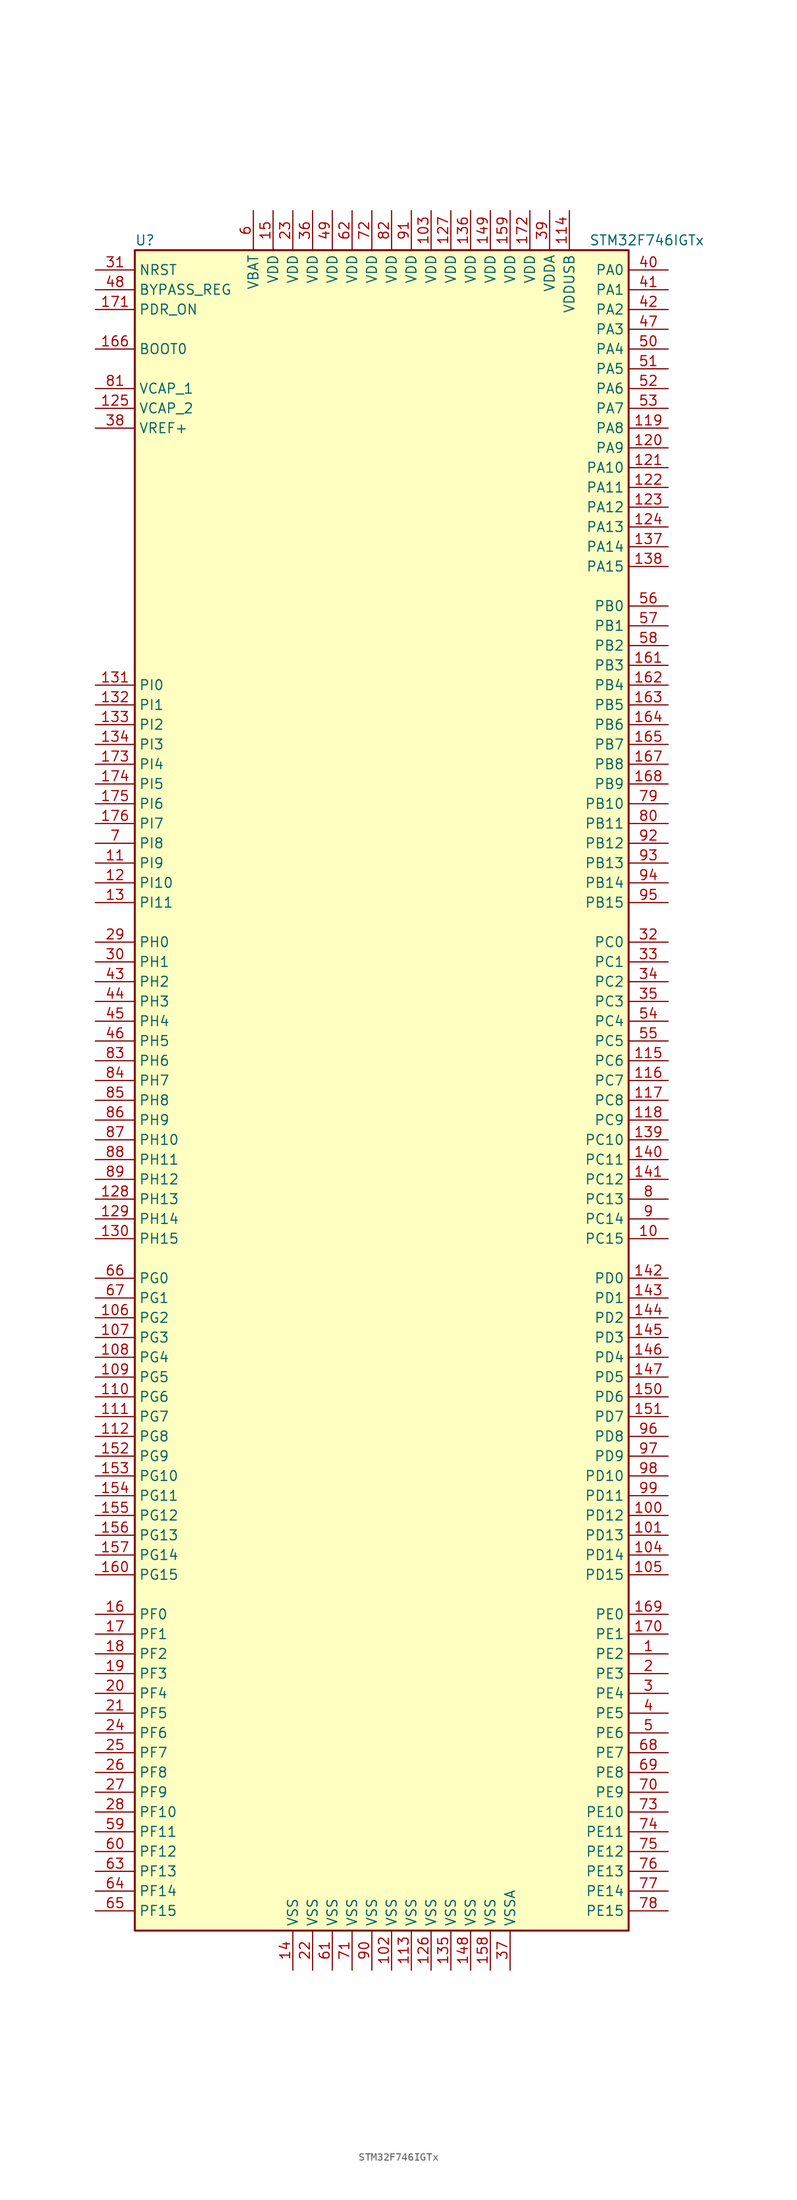
<source format=kicad_sym>
(kicad_symbol_lib
  (version 20201005)
  (generator kicad_symbol_editor)
  (symbol "STM32F746IGTx"
    (property "Reference" "U"
      (at -33.02 107.95 0)
      (effects (font (size 1.27 1.27)) (justify left)))
    (property "Value" "STM32F746IGTx"
      (at 25.4 107.95 0)
      (effects (font (size 1.27 1.27)) (justify left)))
    (symbol "STM32F746IGTx_0_1"
      (rectangle (start -33.02 -109.22) (end 30.48 106.68) (stroke (width 0.254)) (fill (type background))))
    (symbol "STM32F746IGTx_1_1"
      (pin input line (at -38.1 93.98 0) (length 5.08) (name "BOOT0" (effects (font (size 1.27 1.27)))) (number "166" (effects (font (size 1.27 1.27)))))
      (pin input line (at -38.1 101.6 0) (length 5.08) (name "BYPASS_REG" (effects (font (size 1.27 1.27)))) (number "48" (effects (font (size 1.27 1.27)))))
      (pin input line (at -38.1 104.14 0) (length 5.08) (name "NRST" (effects (font (size 1.27 1.27)))) (number "31" (effects (font (size 1.27 1.27)))))
      (pin bidirectional line (at 35.56 104.14 180) (length 5.08) (name "PA0" (effects (font (size 1.27 1.27)))) (number "40" (effects (font (size 1.27 1.27)))))
      (pin bidirectional line (at 35.56 101.6 180) (length 5.08) (name "PA1" (effects (font (size 1.27 1.27)))) (number "41" (effects (font (size 1.27 1.27)))))
      (pin bidirectional line (at 35.56 78.74 180) (length 5.08) (name "PA10" (effects (font (size 1.27 1.27)))) (number "121" (effects (font (size 1.27 1.27)))))
      (pin bidirectional line (at 35.56 76.2 180) (length 5.08) (name "PA11" (effects (font (size 1.27 1.27)))) (number "122" (effects (font (size 1.27 1.27)))))
      (pin bidirectional line (at 35.56 73.66 180) (length 5.08) (name "PA12" (effects (font (size 1.27 1.27)))) (number "123" (effects (font (size 1.27 1.27)))))
      (pin bidirectional line (at 35.56 71.12 180) (length 5.08) (name "PA13" (effects (font (size 1.27 1.27)))) (number "124" (effects (font (size 1.27 1.27)))))
      (pin bidirectional line (at 35.56 68.58 180) (length 5.08) (name "PA14" (effects (font (size 1.27 1.27)))) (number "137" (effects (font (size 1.27 1.27)))))
      (pin bidirectional line (at 35.56 66.04 180) (length 5.08) (name "PA15" (effects (font (size 1.27 1.27)))) (number "138" (effects (font (size 1.27 1.27)))))
      (pin bidirectional line (at 35.56 99.06 180) (length 5.08) (name "PA2" (effects (font (size 1.27 1.27)))) (number "42" (effects (font (size 1.27 1.27)))))
      (pin bidirectional line (at 35.56 96.52 180) (length 5.08) (name "PA3" (effects (font (size 1.27 1.27)))) (number "47" (effects (font (size 1.27 1.27)))))
      (pin bidirectional line (at 35.56 93.98 180) (length 5.08) (name "PA4" (effects (font (size 1.27 1.27)))) (number "50" (effects (font (size 1.27 1.27)))))
      (pin bidirectional line (at 35.56 91.44 180) (length 5.08) (name "PA5" (effects (font (size 1.27 1.27)))) (number "51" (effects (font (size 1.27 1.27)))))
      (pin bidirectional line (at 35.56 88.9 180) (length 5.08) (name "PA6" (effects (font (size 1.27 1.27)))) (number "52" (effects (font (size 1.27 1.27)))))
      (pin bidirectional line (at 35.56 86.36 180) (length 5.08) (name "PA7" (effects (font (size 1.27 1.27)))) (number "53" (effects (font (size 1.27 1.27)))))
      (pin bidirectional line (at 35.56 83.82 180) (length 5.08) (name "PA8" (effects (font (size 1.27 1.27)))) (number "119" (effects (font (size 1.27 1.27)))))
      (pin bidirectional line (at 35.56 81.28 180) (length 5.08) (name "PA9" (effects (font (size 1.27 1.27)))) (number "120" (effects (font (size 1.27 1.27)))))
      (pin bidirectional line (at 35.56 60.96 180) (length 5.08) (name "PB0" (effects (font (size 1.27 1.27)))) (number "56" (effects (font (size 1.27 1.27)))))
      (pin bidirectional line (at 35.56 58.42 180) (length 5.08) (name "PB1" (effects (font (size 1.27 1.27)))) (number "57" (effects (font (size 1.27 1.27)))))
      (pin bidirectional line (at 35.56 35.56 180) (length 5.08) (name "PB10" (effects (font (size 1.27 1.27)))) (number "79" (effects (font (size 1.27 1.27)))))
      (pin bidirectional line (at 35.56 33.02 180) (length 5.08) (name "PB11" (effects (font (size 1.27 1.27)))) (number "80" (effects (font (size 1.27 1.27)))))
      (pin bidirectional line (at 35.56 30.48 180) (length 5.08) (name "PB12" (effects (font (size 1.27 1.27)))) (number "92" (effects (font (size 1.27 1.27)))))
      (pin bidirectional line (at 35.56 27.94 180) (length 5.08) (name "PB13" (effects (font (size 1.27 1.27)))) (number "93" (effects (font (size 1.27 1.27)))))
      (pin bidirectional line (at 35.56 25.4 180) (length 5.08) (name "PB14" (effects (font (size 1.27 1.27)))) (number "94" (effects (font (size 1.27 1.27)))))
      (pin bidirectional line (at 35.56 22.86 180) (length 5.08) (name "PB15" (effects (font (size 1.27 1.27)))) (number "95" (effects (font (size 1.27 1.27)))))
      (pin bidirectional line (at 35.56 55.88 180) (length 5.08) (name "PB2" (effects (font (size 1.27 1.27)))) (number "58" (effects (font (size 1.27 1.27)))))
      (pin bidirectional line (at 35.56 53.34 180) (length 5.08) (name "PB3" (effects (font (size 1.27 1.27)))) (number "161" (effects (font (size 1.27 1.27)))))
      (pin bidirectional line (at 35.56 50.8 180) (length 5.08) (name "PB4" (effects (font (size 1.27 1.27)))) (number "162" (effects (font (size 1.27 1.27)))))
      (pin bidirectional line (at 35.56 48.26 180) (length 5.08) (name "PB5" (effects (font (size 1.27 1.27)))) (number "163" (effects (font (size 1.27 1.27)))))
      (pin bidirectional line (at 35.56 45.72 180) (length 5.08) (name "PB6" (effects (font (size 1.27 1.27)))) (number "164" (effects (font (size 1.27 1.27)))))
      (pin bidirectional line (at 35.56 43.18 180) (length 5.08) (name "PB7" (effects (font (size 1.27 1.27)))) (number "165" (effects (font (size 1.27 1.27)))))
      (pin bidirectional line (at 35.56 40.64 180) (length 5.08) (name "PB8" (effects (font (size 1.27 1.27)))) (number "167" (effects (font (size 1.27 1.27)))))
      (pin bidirectional line (at 35.56 38.1 180) (length 5.08) (name "PB9" (effects (font (size 1.27 1.27)))) (number "168" (effects (font (size 1.27 1.27)))))
      (pin bidirectional line (at 35.56 17.78 180) (length 5.08) (name "PC0" (effects (font (size 1.27 1.27)))) (number "32" (effects (font (size 1.27 1.27)))))
      (pin bidirectional line (at 35.56 15.24 180) (length 5.08) (name "PC1" (effects (font (size 1.27 1.27)))) (number "33" (effects (font (size 1.27 1.27)))))
      (pin bidirectional line (at 35.56 -7.62 180) (length 5.08) (name "PC10" (effects (font (size 1.27 1.27)))) (number "139" (effects (font (size 1.27 1.27)))))
      (pin bidirectional line (at 35.56 -10.16 180) (length 5.08) (name "PC11" (effects (font (size 1.27 1.27)))) (number "140" (effects (font (size 1.27 1.27)))))
      (pin bidirectional line (at 35.56 -12.7 180) (length 5.08) (name "PC12" (effects (font (size 1.27 1.27)))) (number "141" (effects (font (size 1.27 1.27)))))
      (pin bidirectional line (at 35.56 -15.24 180) (length 5.08) (name "PC13" (effects (font (size 1.27 1.27)))) (number "8" (effects (font (size 1.27 1.27)))))
      (pin bidirectional line (at 35.56 -17.78 180) (length 5.08) (name "PC14" (effects (font (size 1.27 1.27)))) (number "9" (effects (font (size 1.27 1.27)))))
      (pin bidirectional line (at 35.56 -20.32 180) (length 5.08) (name "PC15" (effects (font (size 1.27 1.27)))) (number "10" (effects (font (size 1.27 1.27)))))
      (pin bidirectional line (at 35.56 12.7 180) (length 5.08) (name "PC2" (effects (font (size 1.27 1.27)))) (number "34" (effects (font (size 1.27 1.27)))))
      (pin bidirectional line (at 35.56 10.16 180) (length 5.08) (name "PC3" (effects (font (size 1.27 1.27)))) (number "35" (effects (font (size 1.27 1.27)))))
      (pin bidirectional line (at 35.56 7.62 180) (length 5.08) (name "PC4" (effects (font (size 1.27 1.27)))) (number "54" (effects (font (size 1.27 1.27)))))
      (pin bidirectional line (at 35.56 5.08 180) (length 5.08) (name "PC5" (effects (font (size 1.27 1.27)))) (number "55" (effects (font (size 1.27 1.27)))))
      (pin bidirectional line (at 35.56 2.54 180) (length 5.08) (name "PC6" (effects (font (size 1.27 1.27)))) (number "115" (effects (font (size 1.27 1.27)))))
      (pin bidirectional line (at 35.56 0 180) (length 5.08) (name "PC7" (effects (font (size 1.27 1.27)))) (number "116" (effects (font (size 1.27 1.27)))))
      (pin bidirectional line (at 35.56 -2.54 180) (length 5.08) (name "PC8" (effects (font (size 1.27 1.27)))) (number "117" (effects (font (size 1.27 1.27)))))
      (pin bidirectional line (at 35.56 -5.08 180) (length 5.08) (name "PC9" (effects (font (size 1.27 1.27)))) (number "118" (effects (font (size 1.27 1.27)))))
      (pin bidirectional line (at 35.56 -25.4 180) (length 5.08) (name "PD0" (effects (font (size 1.27 1.27)))) (number "142" (effects (font (size 1.27 1.27)))))
      (pin bidirectional line (at 35.56 -27.94 180) (length 5.08) (name "PD1" (effects (font (size 1.27 1.27)))) (number "143" (effects (font (size 1.27 1.27)))))
      (pin bidirectional line (at 35.56 -50.8 180) (length 5.08) (name "PD10" (effects (font (size 1.27 1.27)))) (number "98" (effects (font (size 1.27 1.27)))))
      (pin bidirectional line (at 35.56 -53.34 180) (length 5.08) (name "PD11" (effects (font (size 1.27 1.27)))) (number "99" (effects (font (size 1.27 1.27)))))
      (pin bidirectional line (at 35.56 -55.88 180) (length 5.08) (name "PD12" (effects (font (size 1.27 1.27)))) (number "100" (effects (font (size 1.27 1.27)))))
      (pin bidirectional line (at 35.56 -58.42 180) (length 5.08) (name "PD13" (effects (font (size 1.27 1.27)))) (number "101" (effects (font (size 1.27 1.27)))))
      (pin bidirectional line (at 35.56 -60.96 180) (length 5.08) (name "PD14" (effects (font (size 1.27 1.27)))) (number "104" (effects (font (size 1.27 1.27)))))
      (pin bidirectional line (at 35.56 -63.5 180) (length 5.08) (name "PD15" (effects (font (size 1.27 1.27)))) (number "105" (effects (font (size 1.27 1.27)))))
      (pin bidirectional line (at 35.56 -30.48 180) (length 5.08) (name "PD2" (effects (font (size 1.27 1.27)))) (number "144" (effects (font (size 1.27 1.27)))))
      (pin bidirectional line (at 35.56 -33.02 180) (length 5.08) (name "PD3" (effects (font (size 1.27 1.27)))) (number "145" (effects (font (size 1.27 1.27)))))
      (pin bidirectional line (at 35.56 -35.56 180) (length 5.08) (name "PD4" (effects (font (size 1.27 1.27)))) (number "146" (effects (font (size 1.27 1.27)))))
      (pin bidirectional line (at 35.56 -38.1 180) (length 5.08) (name "PD5" (effects (font (size 1.27 1.27)))) (number "147" (effects (font (size 1.27 1.27)))))
      (pin bidirectional line (at 35.56 -40.64 180) (length 5.08) (name "PD6" (effects (font (size 1.27 1.27)))) (number "150" (effects (font (size 1.27 1.27)))))
      (pin bidirectional line (at 35.56 -43.18 180) (length 5.08) (name "PD7" (effects (font (size 1.27 1.27)))) (number "151" (effects (font (size 1.27 1.27)))))
      (pin bidirectional line (at 35.56 -45.72 180) (length 5.08) (name "PD8" (effects (font (size 1.27 1.27)))) (number "96" (effects (font (size 1.27 1.27)))))
      (pin bidirectional line (at 35.56 -48.26 180) (length 5.08) (name "PD9" (effects (font (size 1.27 1.27)))) (number "97" (effects (font (size 1.27 1.27)))))
      (pin input line (at -38.1 99.06 0) (length 5.08) (name "PDR_ON" (effects (font (size 1.27 1.27)))) (number "171" (effects (font (size 1.27 1.27)))))
      (pin bidirectional line (at 35.56 -68.58 180) (length 5.08) (name "PE0" (effects (font (size 1.27 1.27)))) (number "169" (effects (font (size 1.27 1.27)))))
      (pin bidirectional line (at 35.56 -71.12 180) (length 5.08) (name "PE1" (effects (font (size 1.27 1.27)))) (number "170" (effects (font (size 1.27 1.27)))))
      (pin bidirectional line (at 35.56 -93.98 180) (length 5.08) (name "PE10" (effects (font (size 1.27 1.27)))) (number "73" (effects (font (size 1.27 1.27)))))
      (pin bidirectional line (at 35.56 -96.52 180) (length 5.08) (name "PE11" (effects (font (size 1.27 1.27)))) (number "74" (effects (font (size 1.27 1.27)))))
      (pin bidirectional line (at 35.56 -99.06 180) (length 5.08) (name "PE12" (effects (font (size 1.27 1.27)))) (number "75" (effects (font (size 1.27 1.27)))))
      (pin bidirectional line (at 35.56 -101.6 180) (length 5.08) (name "PE13" (effects (font (size 1.27 1.27)))) (number "76" (effects (font (size 1.27 1.27)))))
      (pin bidirectional line (at 35.56 -104.14 180) (length 5.08) (name "PE14" (effects (font (size 1.27 1.27)))) (number "77" (effects (font (size 1.27 1.27)))))
      (pin bidirectional line (at 35.56 -106.68 180) (length 5.08) (name "PE15" (effects (font (size 1.27 1.27)))) (number "78" (effects (font (size 1.27 1.27)))))
      (pin bidirectional line (at 35.56 -73.66 180) (length 5.08) (name "PE2" (effects (font (size 1.27 1.27)))) (number "1" (effects (font (size 1.27 1.27)))))
      (pin bidirectional line (at 35.56 -76.2 180) (length 5.08) (name "PE3" (effects (font (size 1.27 1.27)))) (number "2" (effects (font (size 1.27 1.27)))))
      (pin bidirectional line (at 35.56 -78.74 180) (length 5.08) (name "PE4" (effects (font (size 1.27 1.27)))) (number "3" (effects (font (size 1.27 1.27)))))
      (pin bidirectional line (at 35.56 -81.28 180) (length 5.08) (name "PE5" (effects (font (size 1.27 1.27)))) (number "4" (effects (font (size 1.27 1.27)))))
      (pin bidirectional line (at 35.56 -83.82 180) (length 5.08) (name "PE6" (effects (font (size 1.27 1.27)))) (number "5" (effects (font (size 1.27 1.27)))))
      (pin bidirectional line (at 35.56 -86.36 180) (length 5.08) (name "PE7" (effects (font (size 1.27 1.27)))) (number "68" (effects (font (size 1.27 1.27)))))
      (pin bidirectional line (at 35.56 -88.9 180) (length 5.08) (name "PE8" (effects (font (size 1.27 1.27)))) (number "69" (effects (font (size 1.27 1.27)))))
      (pin bidirectional line (at 35.56 -91.44 180) (length 5.08) (name "PE9" (effects (font (size 1.27 1.27)))) (number "70" (effects (font (size 1.27 1.27)))))
      (pin bidirectional line (at -38.1 -68.58 0) (length 5.08) (name "PF0" (effects (font (size 1.27 1.27)))) (number "16" (effects (font (size 1.27 1.27)))))
      (pin bidirectional line (at -38.1 -71.12 0) (length 5.08) (name "PF1" (effects (font (size 1.27 1.27)))) (number "17" (effects (font (size 1.27 1.27)))))
      (pin bidirectional line (at -38.1 -93.98 0) (length 5.08) (name "PF10" (effects (font (size 1.27 1.27)))) (number "28" (effects (font (size 1.27 1.27)))))
      (pin bidirectional line (at -38.1 -96.52 0) (length 5.08) (name "PF11" (effects (font (size 1.27 1.27)))) (number "59" (effects (font (size 1.27 1.27)))))
      (pin bidirectional line (at -38.1 -99.06 0) (length 5.08) (name "PF12" (effects (font (size 1.27 1.27)))) (number "60" (effects (font (size 1.27 1.27)))))
      (pin bidirectional line (at -38.1 -101.6 0) (length 5.08) (name "PF13" (effects (font (size 1.27 1.27)))) (number "63" (effects (font (size 1.27 1.27)))))
      (pin bidirectional line (at -38.1 -104.14 0) (length 5.08) (name "PF14" (effects (font (size 1.27 1.27)))) (number "64" (effects (font (size 1.27 1.27)))))
      (pin bidirectional line (at -38.1 -106.68 0) (length 5.08) (name "PF15" (effects (font (size 1.27 1.27)))) (number "65" (effects (font (size 1.27 1.27)))))
      (pin bidirectional line (at -38.1 -73.66 0) (length 5.08) (name "PF2" (effects (font (size 1.27 1.27)))) (number "18" (effects (font (size 1.27 1.27)))))
      (pin bidirectional line (at -38.1 -76.2 0) (length 5.08) (name "PF3" (effects (font (size 1.27 1.27)))) (number "19" (effects (font (size 1.27 1.27)))))
      (pin bidirectional line (at -38.1 -78.74 0) (length 5.08) (name "PF4" (effects (font (size 1.27 1.27)))) (number "20" (effects (font (size 1.27 1.27)))))
      (pin bidirectional line (at -38.1 -81.28 0) (length 5.08) (name "PF5" (effects (font (size 1.27 1.27)))) (number "21" (effects (font (size 1.27 1.27)))))
      (pin bidirectional line (at -38.1 -83.82 0) (length 5.08) (name "PF6" (effects (font (size 1.27 1.27)))) (number "24" (effects (font (size 1.27 1.27)))))
      (pin bidirectional line (at -38.1 -86.36 0) (length 5.08) (name "PF7" (effects (font (size 1.27 1.27)))) (number "25" (effects (font (size 1.27 1.27)))))
      (pin bidirectional line (at -38.1 -88.9 0) (length 5.08) (name "PF8" (effects (font (size 1.27 1.27)))) (number "26" (effects (font (size 1.27 1.27)))))
      (pin bidirectional line (at -38.1 -91.44 0) (length 5.08) (name "PF9" (effects (font (size 1.27 1.27)))) (number "27" (effects (font (size 1.27 1.27)))))
      (pin bidirectional line (at -38.1 -25.4 0) (length 5.08) (name "PG0" (effects (font (size 1.27 1.27)))) (number "66" (effects (font (size 1.27 1.27)))))
      (pin bidirectional line (at -38.1 -27.94 0) (length 5.08) (name "PG1" (effects (font (size 1.27 1.27)))) (number "67" (effects (font (size 1.27 1.27)))))
      (pin bidirectional line (at -38.1 -50.8 0) (length 5.08) (name "PG10" (effects (font (size 1.27 1.27)))) (number "153" (effects (font (size 1.27 1.27)))))
      (pin bidirectional line (at -38.1 -53.34 0) (length 5.08) (name "PG11" (effects (font (size 1.27 1.27)))) (number "154" (effects (font (size 1.27 1.27)))))
      (pin bidirectional line (at -38.1 -55.88 0) (length 5.08) (name "PG12" (effects (font (size 1.27 1.27)))) (number "155" (effects (font (size 1.27 1.27)))))
      (pin bidirectional line (at -38.1 -58.42 0) (length 5.08) (name "PG13" (effects (font (size 1.27 1.27)))) (number "156" (effects (font (size 1.27 1.27)))))
      (pin bidirectional line (at -38.1 -60.96 0) (length 5.08) (name "PG14" (effects (font (size 1.27 1.27)))) (number "157" (effects (font (size 1.27 1.27)))))
      (pin bidirectional line (at -38.1 -63.5 0) (length 5.08) (name "PG15" (effects (font (size 1.27 1.27)))) (number "160" (effects (font (size 1.27 1.27)))))
      (pin bidirectional line (at -38.1 -30.48 0) (length 5.08) (name "PG2" (effects (font (size 1.27 1.27)))) (number "106" (effects (font (size 1.27 1.27)))))
      (pin bidirectional line (at -38.1 -33.02 0) (length 5.08) (name "PG3" (effects (font (size 1.27 1.27)))) (number "107" (effects (font (size 1.27 1.27)))))
      (pin bidirectional line (at -38.1 -35.56 0) (length 5.08) (name "PG4" (effects (font (size 1.27 1.27)))) (number "108" (effects (font (size 1.27 1.27)))))
      (pin bidirectional line (at -38.1 -38.1 0) (length 5.08) (name "PG5" (effects (font (size 1.27 1.27)))) (number "109" (effects (font (size 1.27 1.27)))))
      (pin bidirectional line (at -38.1 -40.64 0) (length 5.08) (name "PG6" (effects (font (size 1.27 1.27)))) (number "110" (effects (font (size 1.27 1.27)))))
      (pin bidirectional line (at -38.1 -43.18 0) (length 5.08) (name "PG7" (effects (font (size 1.27 1.27)))) (number "111" (effects (font (size 1.27 1.27)))))
      (pin bidirectional line (at -38.1 -45.72 0) (length 5.08) (name "PG8" (effects (font (size 1.27 1.27)))) (number "112" (effects (font (size 1.27 1.27)))))
      (pin bidirectional line (at -38.1 -48.26 0) (length 5.08) (name "PG9" (effects (font (size 1.27 1.27)))) (number "152" (effects (font (size 1.27 1.27)))))
      (pin input line (at -38.1 17.78 0) (length 5.08) (name "PH0" (effects (font (size 1.27 1.27)))) (number "29" (effects (font (size 1.27 1.27)))))
      (pin input line (at -38.1 15.24 0) (length 5.08) (name "PH1" (effects (font (size 1.27 1.27)))) (number "30" (effects (font (size 1.27 1.27)))))
      (pin bidirectional line (at -38.1 -7.62 0) (length 5.08) (name "PH10" (effects (font (size 1.27 1.27)))) (number "87" (effects (font (size 1.27 1.27)))))
      (pin bidirectional line (at -38.1 -10.16 0) (length 5.08) (name "PH11" (effects (font (size 1.27 1.27)))) (number "88" (effects (font (size 1.27 1.27)))))
      (pin bidirectional line (at -38.1 -12.7 0) (length 5.08) (name "PH12" (effects (font (size 1.27 1.27)))) (number "89" (effects (font (size 1.27 1.27)))))
      (pin bidirectional line (at -38.1 -15.24 0) (length 5.08) (name "PH13" (effects (font (size 1.27 1.27)))) (number "128" (effects (font (size 1.27 1.27)))))
      (pin bidirectional line (at -38.1 -17.78 0) (length 5.08) (name "PH14" (effects (font (size 1.27 1.27)))) (number "129" (effects (font (size 1.27 1.27)))))
      (pin bidirectional line (at -38.1 -20.32 0) (length 5.08) (name "PH15" (effects (font (size 1.27 1.27)))) (number "130" (effects (font (size 1.27 1.27)))))
      (pin bidirectional line (at -38.1 12.7 0) (length 5.08) (name "PH2" (effects (font (size 1.27 1.27)))) (number "43" (effects (font (size 1.27 1.27)))))
      (pin bidirectional line (at -38.1 10.16 0) (length 5.08) (name "PH3" (effects (font (size 1.27 1.27)))) (number "44" (effects (font (size 1.27 1.27)))))
      (pin bidirectional line (at -38.1 7.62 0) (length 5.08) (name "PH4" (effects (font (size 1.27 1.27)))) (number "45" (effects (font (size 1.27 1.27)))))
      (pin bidirectional line (at -38.1 5.08 0) (length 5.08) (name "PH5" (effects (font (size 1.27 1.27)))) (number "46" (effects (font (size 1.27 1.27)))))
      (pin bidirectional line (at -38.1 2.54 0) (length 5.08) (name "PH6" (effects (font (size 1.27 1.27)))) (number "83" (effects (font (size 1.27 1.27)))))
      (pin bidirectional line (at -38.1 0 0) (length 5.08) (name "PH7" (effects (font (size 1.27 1.27)))) (number "84" (effects (font (size 1.27 1.27)))))
      (pin bidirectional line (at -38.1 -2.54 0) (length 5.08) (name "PH8" (effects (font (size 1.27 1.27)))) (number "85" (effects (font (size 1.27 1.27)))))
      (pin bidirectional line (at -38.1 -5.08 0) (length 5.08) (name "PH9" (effects (font (size 1.27 1.27)))) (number "86" (effects (font (size 1.27 1.27)))))
      (pin bidirectional line (at -38.1 50.8 0) (length 5.08) (name "PI0" (effects (font (size 1.27 1.27)))) (number "131" (effects (font (size 1.27 1.27)))))
      (pin bidirectional line (at -38.1 48.26 0) (length 5.08) (name "PI1" (effects (font (size 1.27 1.27)))) (number "132" (effects (font (size 1.27 1.27)))))
      (pin bidirectional line (at -38.1 25.4 0) (length 5.08) (name "PI10" (effects (font (size 1.27 1.27)))) (number "12" (effects (font (size 1.27 1.27)))))
      (pin bidirectional line (at -38.1 22.86 0) (length 5.08) (name "PI11" (effects (font (size 1.27 1.27)))) (number "13" (effects (font (size 1.27 1.27)))))
      (pin bidirectional line (at -38.1 45.72 0) (length 5.08) (name "PI2" (effects (font (size 1.27 1.27)))) (number "133" (effects (font (size 1.27 1.27)))))
      (pin bidirectional line (at -38.1 43.18 0) (length 5.08) (name "PI3" (effects (font (size 1.27 1.27)))) (number "134" (effects (font (size 1.27 1.27)))))
      (pin bidirectional line (at -38.1 40.64 0) (length 5.08) (name "PI4" (effects (font (size 1.27 1.27)))) (number "173" (effects (font (size 1.27 1.27)))))
      (pin bidirectional line (at -38.1 38.1 0) (length 5.08) (name "PI5" (effects (font (size 1.27 1.27)))) (number "174" (effects (font (size 1.27 1.27)))))
      (pin bidirectional line (at -38.1 35.56 0) (length 5.08) (name "PI6" (effects (font (size 1.27 1.27)))) (number "175" (effects (font (size 1.27 1.27)))))
      (pin bidirectional line (at -38.1 33.02 0) (length 5.08) (name "PI7" (effects (font (size 1.27 1.27)))) (number "176" (effects (font (size 1.27 1.27)))))
      (pin bidirectional line (at -38.1 30.48 0) (length 5.08) (name "PI8" (effects (font (size 1.27 1.27)))) (number "7" (effects (font (size 1.27 1.27)))))
      (pin bidirectional line (at -38.1 27.94 0) (length 5.08) (name "PI9" (effects (font (size 1.27 1.27)))) (number "11" (effects (font (size 1.27 1.27)))))
      (pin power_in line (at -17.78 111.76 270) (length 5.08) (name "VBAT" (effects (font (size 1.27 1.27)))) (number "6" (effects (font (size 1.27 1.27)))))
      (pin power_in line (at -38.1 88.9 0) (length 5.08) (name "VCAP_1" (effects (font (size 1.27 1.27)))) (number "81" (effects (font (size 1.27 1.27)))))
      (pin power_in line (at -38.1 86.36 0) (length 5.08) (name "VCAP_2" (effects (font (size 1.27 1.27)))) (number "125" (effects (font (size 1.27 1.27)))))
      (pin power_in line (at 5.08 111.76 270) (length 5.08) (name "VDD" (effects (font (size 1.27 1.27)))) (number "103" (effects (font (size 1.27 1.27)))))
      (pin power_in line (at 7.62 111.76 270) (length 5.08) (name "VDD" (effects (font (size 1.27 1.27)))) (number "127" (effects (font (size 1.27 1.27)))))
      (pin power_in line (at 10.16 111.76 270) (length 5.08) (name "VDD" (effects (font (size 1.27 1.27)))) (number "136" (effects (font (size 1.27 1.27)))))
      (pin power_in line (at 12.7 111.76 270) (length 5.08) (name "VDD" (effects (font (size 1.27 1.27)))) (number "149" (effects (font (size 1.27 1.27)))))
      (pin power_in line (at -15.24 111.76 270) (length 5.08) (name "VDD" (effects (font (size 1.27 1.27)))) (number "15" (effects (font (size 1.27 1.27)))))
      (pin power_in line (at 15.24 111.76 270) (length 5.08) (name "VDD" (effects (font (size 1.27 1.27)))) (number "159" (effects (font (size 1.27 1.27)))))
      (pin power_in line (at 17.78 111.76 270) (length 5.08) (name "VDD" (effects (font (size 1.27 1.27)))) (number "172" (effects (font (size 1.27 1.27)))))
      (pin power_in line (at -12.7 111.76 270) (length 5.08) (name "VDD" (effects (font (size 1.27 1.27)))) (number "23" (effects (font (size 1.27 1.27)))))
      (pin power_in line (at -10.16 111.76 270) (length 5.08) (name "VDD" (effects (font (size 1.27 1.27)))) (number "36" (effects (font (size 1.27 1.27)))))
      (pin power_in line (at -7.62 111.76 270) (length 5.08) (name "VDD" (effects (font (size 1.27 1.27)))) (number "49" (effects (font (size 1.27 1.27)))))
      (pin power_in line (at -5.08 111.76 270) (length 5.08) (name "VDD" (effects (font (size 1.27 1.27)))) (number "62" (effects (font (size 1.27 1.27)))))
      (pin power_in line (at -2.54 111.76 270) (length 5.08) (name "VDD" (effects (font (size 1.27 1.27)))) (number "72" (effects (font (size 1.27 1.27)))))
      (pin power_in line (at 0 111.76 270) (length 5.08) (name "VDD" (effects (font (size 1.27 1.27)))) (number "82" (effects (font (size 1.27 1.27)))))
      (pin power_in line (at 2.54 111.76 270) (length 5.08) (name "VDD" (effects (font (size 1.27 1.27)))) (number "91" (effects (font (size 1.27 1.27)))))
      (pin power_in line (at 20.32 111.76 270) (length 5.08) (name "VDDA" (effects (font (size 1.27 1.27)))) (number "39" (effects (font (size 1.27 1.27)))))
      (pin power_in line (at 22.86 111.76 270) (length 5.08) (name "VDDUSB" (effects (font (size 1.27 1.27)))) (number "114" (effects (font (size 1.27 1.27)))))
      (pin power_in line (at -38.1 83.82 0) (length 5.08) (name "VREF+" (effects (font (size 1.27 1.27)))) (number "38" (effects (font (size 1.27 1.27)))))
      (pin power_in line (at 0 -114.3 90) (length 5.08) (name "VSS" (effects (font (size 1.27 1.27)))) (number "102" (effects (font (size 1.27 1.27)))))
      (pin power_in line (at 2.54 -114.3 90) (length 5.08) (name "VSS" (effects (font (size 1.27 1.27)))) (number "113" (effects (font (size 1.27 1.27)))))
      (pin power_in line (at 5.08 -114.3 90) (length 5.08) (name "VSS" (effects (font (size 1.27 1.27)))) (number "126" (effects (font (size 1.27 1.27)))))
      (pin power_in line (at 7.62 -114.3 90) (length 5.08) (name "VSS" (effects (font (size 1.27 1.27)))) (number "135" (effects (font (size 1.27 1.27)))))
      (pin power_in line (at -12.7 -114.3 90) (length 5.08) (name "VSS" (effects (font (size 1.27 1.27)))) (number "14" (effects (font (size 1.27 1.27)))))
      (pin power_in line (at 10.16 -114.3 90) (length 5.08) (name "VSS" (effects (font (size 1.27 1.27)))) (number "148" (effects (font (size 1.27 1.27)))))
      (pin power_in line (at 12.7 -114.3 90) (length 5.08) (name "VSS" (effects (font (size 1.27 1.27)))) (number "158" (effects (font (size 1.27 1.27)))))
      (pin power_in line (at -10.16 -114.3 90) (length 5.08) (name "VSS" (effects (font (size 1.27 1.27)))) (number "22" (effects (font (size 1.27 1.27)))))
      (pin power_in line (at -7.62 -114.3 90) (length 5.08) (name "VSS" (effects (font (size 1.27 1.27)))) (number "61" (effects (font (size 1.27 1.27)))))
      (pin power_in line (at -5.08 -114.3 90) (length 5.08) (name "VSS" (effects (font (size 1.27 1.27)))) (number "71" (effects (font (size 1.27 1.27)))))
      (pin power_in line (at -2.54 -114.3 90) (length 5.08) (name "VSS" (effects (font (size 1.27 1.27)))) (number "90" (effects (font (size 1.27 1.27)))))
      (pin power_in line (at 15.24 -114.3 90) (length 5.08) (name "VSSA" (effects (font (size 1.27 1.27)))) (number "37" (effects (font (size 1.27 1.27))))))))
</source>
